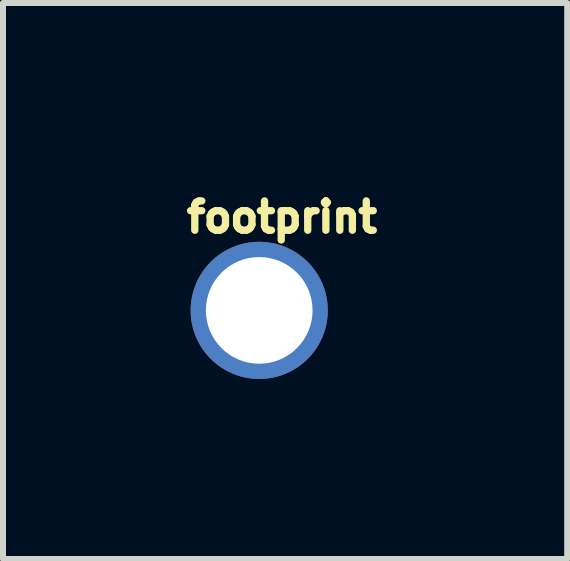
<source format=kicad_pcb>
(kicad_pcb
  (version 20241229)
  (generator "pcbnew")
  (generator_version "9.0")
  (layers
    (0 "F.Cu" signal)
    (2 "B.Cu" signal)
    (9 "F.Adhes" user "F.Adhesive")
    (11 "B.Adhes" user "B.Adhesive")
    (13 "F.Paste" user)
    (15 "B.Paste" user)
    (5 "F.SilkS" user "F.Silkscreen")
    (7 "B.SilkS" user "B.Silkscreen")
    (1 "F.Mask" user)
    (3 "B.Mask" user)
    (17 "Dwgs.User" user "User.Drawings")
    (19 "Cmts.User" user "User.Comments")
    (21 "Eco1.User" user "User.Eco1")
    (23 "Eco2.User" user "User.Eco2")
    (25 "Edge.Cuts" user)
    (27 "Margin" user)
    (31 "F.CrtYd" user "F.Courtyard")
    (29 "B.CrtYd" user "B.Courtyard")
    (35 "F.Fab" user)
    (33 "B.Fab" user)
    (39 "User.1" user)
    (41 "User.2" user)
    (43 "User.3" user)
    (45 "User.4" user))
  (footprint "footprint"
    (layer "F.Cu")
    (at 1.27 2.123)
    (property "Reference" "footprint" (at -1.27 -1.27 0) (layer "F.SilkS") (effects (font (size 0.488 0.488) (thickness 0.122)) (justify left bottom)))
    (pad "P$1" thru_hole circle (at 0 0) (size 2.286 2.286) (drill 1.778) (layers "*.Cu" "*.Mask")))
  (gr_rect
    (start -3 -3)
    (end 6.403 6.266)
    (stroke (width 0.1) (type default))
    (fill no)
    (layer "Edge.Cuts")))
</source>
